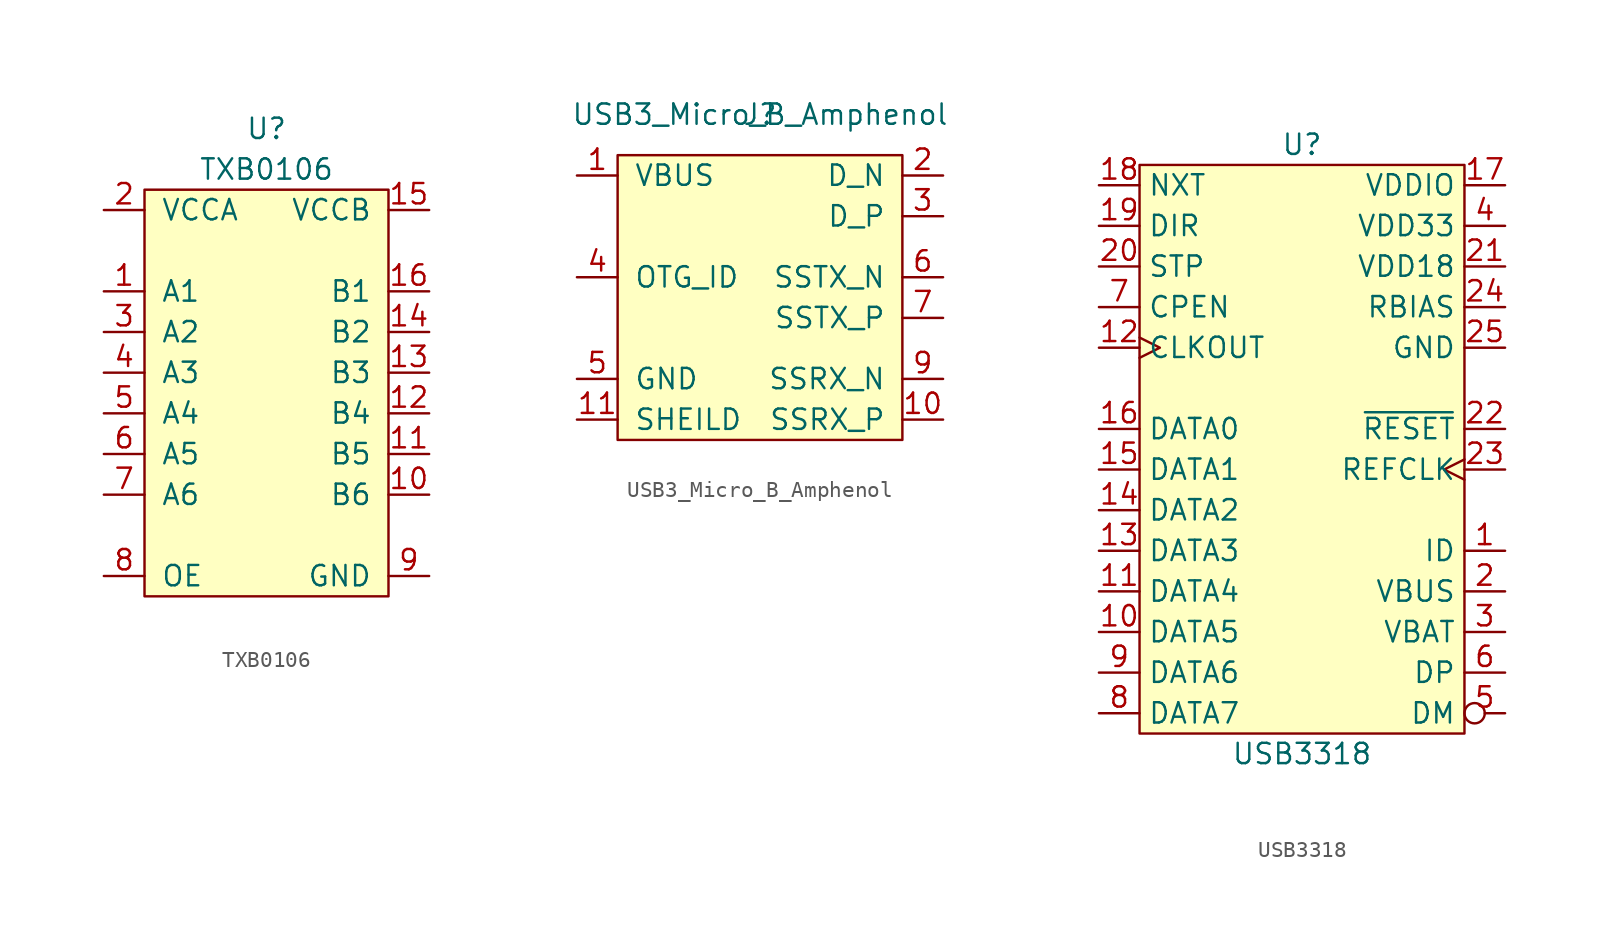
<source format=kicad_sym>
(kicad_symbol_lib
  (version 20211014)
  (generator kicad_symbol_editor)
  (symbol "TXB0106"
    (pin_names
      (offset 1.016))
    (property "Reference" "U"
      (at 0 16.51 0)
      (effects (font (size 1.27 1.27))))
    (property "Value" "TXB0106"
      (at 0 13.97 0)
      (effects (font (size 1.27 1.27))))
    (symbol "TXB0106_1_1"
      (rectangle (start -7.62 12.7) (end 7.62 -12.7) (stroke (width 0) (type default) (color 0 0 0 0)) (fill (type background)))
      (pin bidirectional line (at -10.16 6.35 0) (length 2.54) (name "A1" (effects (font (size 1.27 1.27)))) (number "1" (effects (font (size 1.27 1.27)))))
      (pin bidirectional line (at 10.16 -6.35 180) (length 2.54) (name "B6" (effects (font (size 1.27 1.27)))) (number "10" (effects (font (size 1.27 1.27)))))
      (pin bidirectional line (at 10.16 -3.81 180) (length 2.54) (name "B5" (effects (font (size 1.27 1.27)))) (number "11" (effects (font (size 1.27 1.27)))))
      (pin bidirectional line (at 10.16 -1.27 180) (length 2.54) (name "B4" (effects (font (size 1.27 1.27)))) (number "12" (effects (font (size 1.27 1.27)))))
      (pin bidirectional line (at 10.16 1.27 180) (length 2.54) (name "B3" (effects (font (size 1.27 1.27)))) (number "13" (effects (font (size 1.27 1.27)))))
      (pin bidirectional line (at 10.16 3.81 180) (length 2.54) (name "B2" (effects (font (size 1.27 1.27)))) (number "14" (effects (font (size 1.27 1.27)))))
      (pin power_in line (at 10.16 11.43 180) (length 2.54) (name "VCCB" (effects (font (size 1.27 1.27)))) (number "15" (effects (font (size 1.27 1.27)))))
      (pin bidirectional line (at 10.16 6.35 180) (length 2.54) (name "B1" (effects (font (size 1.27 1.27)))) (number "16" (effects (font (size 1.27 1.27)))))
      (pin passive line (at 10.16 -11.43 180) (length 2.54) hide (name "GND" (effects (font (size 1.27 1.27)))) (number "17" (effects (font (size 1.27 1.27)))))
      (pin power_in line (at -10.16 11.43 0) (length 2.54) (name "VCCA" (effects (font (size 1.27 1.27)))) (number "2" (effects (font (size 1.27 1.27)))))
      (pin bidirectional line (at -10.16 3.81 0) (length 2.54) (name "A2" (effects (font (size 1.27 1.27)))) (number "3" (effects (font (size 1.27 1.27)))))
      (pin bidirectional line (at -10.16 1.27 0) (length 2.54) (name "A3" (effects (font (size 1.27 1.27)))) (number "4" (effects (font (size 1.27 1.27)))))
      (pin bidirectional line (at -10.16 -1.27 0) (length 2.54) (name "A4" (effects (font (size 1.27 1.27)))) (number "5" (effects (font (size 1.27 1.27)))))
      (pin bidirectional line (at -10.16 -3.81 0) (length 2.54) (name "A5" (effects (font (size 1.27 1.27)))) (number "6" (effects (font (size 1.27 1.27)))))
      (pin bidirectional line (at -10.16 -6.35 0) (length 2.54) (name "A6" (effects (font (size 1.27 1.27)))) (number "7" (effects (font (size 1.27 1.27)))))
      (pin bidirectional line (at -10.16 -11.43 0) (length 2.54) (name "OE" (effects (font (size 1.27 1.27)))) (number "8" (effects (font (size 1.27 1.27)))))
      (pin passive line (at 10.16 -11.43 180) (length 2.54) (name "GND" (effects (font (size 1.27 1.27)))) (number "9" (effects (font (size 1.27 1.27)))))))
  (symbol "USB3_Micro_B_Amphenol"
    (pin_names
      (offset 1.016))
    (property "Reference" "J"
      (at 0 11.43 0)
      (effects (font (size 1.27 1.27))))
    (property "Value" "USB3_Micro_B_Amphenol"
      (at 0 11.43 0)
      (effects (font (size 1.27 1.27))))
    (symbol "USB3_Micro_B_Amphenol_0_1"
      (rectangle (start -8.89 8.89) (end 8.89 -8.89) (stroke (width 0) (type default) (color 0 0 0 0)) (fill (type background))))
    (symbol "USB3_Micro_B_Amphenol_1_1"
      (pin power_out line (at -11.43 7.62 0) (length 2.54) (name "VBUS" (effects (font (size 1.27 1.27)))) (number "1" (effects (font (size 1.27 1.27)))))
      (pin input line (at 11.43 -7.62 180) (length 2.54) (name "SSRX_P" (effects (font (size 1.27 1.27)))) (number "10" (effects (font (size 1.27 1.27)))))
      (pin passive line (at -11.43 -7.62 0) (length 2.54) (name "SHEILD" (effects (font (size 1.27 1.27)))) (number "11" (effects (font (size 1.27 1.27)))))
      (pin bidirectional line (at 11.43 7.62 180) (length 2.54) (name "D_N" (effects (font (size 1.27 1.27)))) (number "2" (effects (font (size 1.27 1.27)))))
      (pin bidirectional line (at 11.43 5.08 180) (length 2.54) (name "D_P" (effects (font (size 1.27 1.27)))) (number "3" (effects (font (size 1.27 1.27)))))
      (pin passive line (at -11.43 1.27 0) (length 2.54) (name "OTG_ID" (effects (font (size 1.27 1.27)))) (number "4" (effects (font (size 1.27 1.27)))))
      (pin passive line (at -11.43 -5.08 0) (length 2.54) (name "GND" (effects (font (size 1.27 1.27)))) (number "5" (effects (font (size 1.27 1.27)))))
      (pin output line (at 11.43 1.27 180) (length 2.54) (name "SSTX_N" (effects (font (size 1.27 1.27)))) (number "6" (effects (font (size 1.27 1.27)))))
      (pin output line (at 11.43 -1.27 180) (length 2.54) (name "SSTX_P" (effects (font (size 1.27 1.27)))) (number "7" (effects (font (size 1.27 1.27)))))
      (pin passive line (at -11.43 -5.08 0) (length 2.54) hide (name "GND" (effects (font (size 1.27 1.27)))) (number "8" (effects (font (size 1.27 1.27)))))
      (pin input line (at 11.43 -5.08 180) (length 2.54) (name "SSRX_N" (effects (font (size 1.27 1.27)))) (number "9" (effects (font (size 1.27 1.27)))))))
  (symbol "USB3318"
    (property "Reference" "U"
      (at 0 20.32 0)
      (effects (font (size 1.27 1.27))))
    (property "Value" "USB3318"
      (at 0 -17.78 0)
      (effects (font (size 1.27 1.27))))
    (symbol "USB3318_0_1"
      (rectangle (start -10.16 -16.51) (end 10.16 19.05) (stroke (width 0.152) (type default) (color 0 0 0 0)) (fill (type background))))
    (symbol "USB3318_1_1"
      (pin input line (at 12.7 -5.08 180) (length 2.54) (name "ID" (effects (font (size 1.27 1.27)))) (number "1" (effects (font (size 1.27 1.27)))))
      (pin bidirectional line (at -12.7 -10.16 0) (length 2.54) (name "DATA5" (effects (font (size 1.27 1.27)))) (number "10" (effects (font (size 1.27 1.27)))))
      (pin bidirectional line (at -12.7 -7.62 0) (length 2.54) (name "DATA4" (effects (font (size 1.27 1.27)))) (number "11" (effects (font (size 1.27 1.27)))))
      (pin output clock (at -12.7 7.62 0) (length 2.54) (name "CLKOUT" (effects (font (size 1.27 1.27)))) (number "12" (effects (font (size 1.27 1.27)))))
      (pin bidirectional line (at -12.7 -5.08 0) (length 2.54) (name "DATA3" (effects (font (size 1.27 1.27)))) (number "13" (effects (font (size 1.27 1.27)))))
      (pin bidirectional line (at -12.7 -2.54 0) (length 2.54) (name "DATA2" (effects (font (size 1.27 1.27)))) (number "14" (effects (font (size 1.27 1.27)))))
      (pin bidirectional line (at -12.7 0 0) (length 2.54) (name "DATA1" (effects (font (size 1.27 1.27)))) (number "15" (effects (font (size 1.27 1.27)))))
      (pin bidirectional line (at -12.7 2.54 0) (length 2.54) (name "DATA0" (effects (font (size 1.27 1.27)))) (number "16" (effects (font (size 1.27 1.27)))))
      (pin power_in line (at 12.7 17.78 180) (length 2.54) (name "VDDIO" (effects (font (size 1.27 1.27)))) (number "17" (effects (font (size 1.27 1.27)))))
      (pin output line (at -12.7 17.78 0) (length 2.54) (name "NXT" (effects (font (size 1.27 1.27)))) (number "18" (effects (font (size 1.27 1.27)))))
      (pin output line (at -12.7 15.24 0) (length 2.54) (name "DIR" (effects (font (size 1.27 1.27)))) (number "19" (effects (font (size 1.27 1.27)))))
      (pin power_in line (at 12.7 -7.62 180) (length 2.54) (name "VBUS" (effects (font (size 1.27 1.27)))) (number "2" (effects (font (size 1.27 1.27)))))
      (pin input line (at -12.7 12.7 0) (length 2.54) (name "STP" (effects (font (size 1.27 1.27)))) (number "20" (effects (font (size 1.27 1.27)))))
      (pin power_in line (at 12.7 12.7 180) (length 2.54) (name "VDD18" (effects (font (size 1.27 1.27)))) (number "21" (effects (font (size 1.27 1.27)))))
      (pin input line (at 12.7 2.54 180) (length 2.54) (name "~{RESET}" (effects (font (size 1.27 1.27)))) (number "22" (effects (font (size 1.27 1.27)))))
      (pin input clock (at 12.7 0 180) (length 2.54) (name "REFCLK" (effects (font (size 1.27 1.27)))) (number "23" (effects (font (size 1.27 1.27)))))
      (pin passive line (at 12.7 10.16 180) (length 2.54) (name "RBIAS" (effects (font (size 1.27 1.27)))) (number "24" (effects (font (size 1.27 1.27)))))
      (pin passive line (at 12.7 7.62 180) (length 2.54) (name "GND" (effects (font (size 1.27 1.27)))) (number "25" (effects (font (size 1.27 1.27)))))
      (pin power_in line (at 12.7 -10.16 180) (length 2.54) (name "VBAT" (effects (font (size 1.27 1.27)))) (number "3" (effects (font (size 1.27 1.27)))))
      (pin power_in line (at 12.7 15.24 180) (length 2.54) (name "VDD33" (effects (font (size 1.27 1.27)))) (number "4" (effects (font (size 1.27 1.27)))))
      (pin bidirectional inverted (at 12.7 -15.24 180) (length 2.54) (name "DM" (effects (font (size 1.27 1.27)))) (number "5" (effects (font (size 1.27 1.27)))))
      (pin bidirectional line (at 12.7 -12.7 180) (length 2.54) (name "DP" (effects (font (size 1.27 1.27)))) (number "6" (effects (font (size 1.27 1.27)))))
      (pin output line (at -12.7 10.16 0) (length 2.54) (name "CPEN" (effects (font (size 1.27 1.27)))) (number "7" (effects (font (size 1.27 1.27)))))
      (pin bidirectional line (at -12.7 -15.24 0) (length 2.54) (name "DATA7" (effects (font (size 1.27 1.27)))) (number "8" (effects (font (size 1.27 1.27)))))
      (pin bidirectional line (at -12.7 -12.7 0) (length 2.54) (name "DATA6" (effects (font (size 1.27 1.27)))) (number "9" (effects (font (size 1.27 1.27))))))))
</source>
